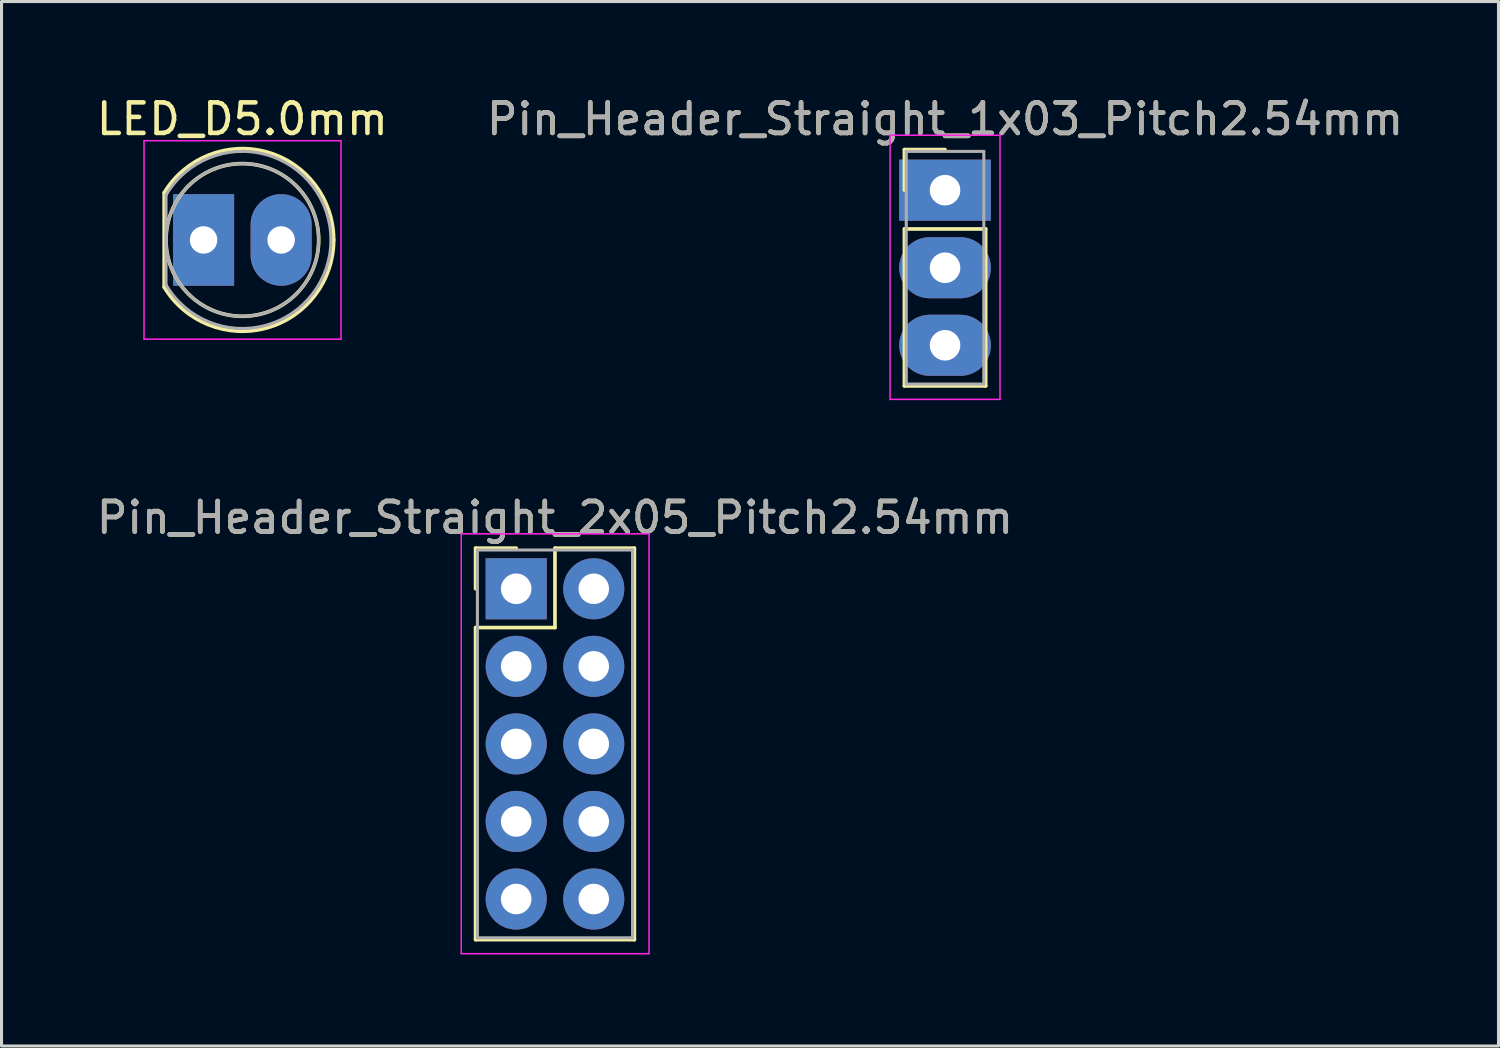
<source format=kicad_pcb>
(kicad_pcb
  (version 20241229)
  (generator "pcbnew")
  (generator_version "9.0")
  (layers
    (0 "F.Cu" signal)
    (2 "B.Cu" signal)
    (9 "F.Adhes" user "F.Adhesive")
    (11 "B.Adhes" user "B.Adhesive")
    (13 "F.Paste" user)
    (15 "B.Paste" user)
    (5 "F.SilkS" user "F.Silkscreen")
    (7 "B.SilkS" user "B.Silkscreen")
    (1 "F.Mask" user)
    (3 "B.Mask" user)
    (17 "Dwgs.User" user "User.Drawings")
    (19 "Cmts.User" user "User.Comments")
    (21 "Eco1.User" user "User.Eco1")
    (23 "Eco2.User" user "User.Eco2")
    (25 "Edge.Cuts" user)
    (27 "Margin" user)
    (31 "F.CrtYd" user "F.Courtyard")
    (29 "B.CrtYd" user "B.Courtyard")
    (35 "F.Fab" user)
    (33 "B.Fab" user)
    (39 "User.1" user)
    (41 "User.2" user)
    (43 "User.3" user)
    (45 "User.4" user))
  (footprint "Pin_Header_Straight_1x03_Pitch2.54mm"
    (layer "F.Cu")
    (at 27.899 3.178)
    (property "Reference" "Pin_Header_Straight_1x03_Pitch2.54mm" (at 0 -2.33 0) (layer "F.SilkS") (effects (font (size 1 1) (thickness 0.15))))
    (attr through_hole)
    (fp_line (start -1.33 -1.33) (end 0 -1.33) (stroke (width 0.12) (type solid)) (layer "F.SilkS"))
    (fp_line (start -1.33 0) (end -1.33 -1.33) (stroke (width 0.12) (type solid)) (layer "F.SilkS"))
    (fp_line (start -1.33 1.27) (end -1.33 6.41) (stroke (width 0.12) (type solid)) (layer "F.SilkS"))
    (fp_line (start -1.33 6.41) (end 1.33 6.41) (stroke (width 0.12) (type solid)) (layer "F.SilkS"))
    (fp_line (start 1.33 1.27) (end -1.33 1.27) (stroke (width 0.12) (type solid)) (layer "F.SilkS"))
    (fp_line (start 1.33 6.41) (end 1.33 1.27) (stroke (width 0.12) (type solid)) (layer "F.SilkS"))
    (fp_line (start -1.8 -1.8) (end -1.8 6.85) (stroke (width 0.05) (type solid)) (layer "F.CrtYd"))
    (fp_line (start -1.8 6.85) (end 1.8 6.85) (stroke (width 0.05) (type solid)) (layer "F.CrtYd"))
    (fp_line (start 1.8 -1.8) (end -1.8 -1.8) (stroke (width 0.05) (type solid)) (layer "F.CrtYd"))
    (fp_line (start 1.8 6.85) (end 1.8 -1.8) (stroke (width 0.05) (type solid)) (layer "F.CrtYd"))
    (fp_line (start -1.27 -1.27) (end -1.27 6.35) (stroke (width 0.1) (type solid)) (layer "F.Fab"))
    (fp_line (start -1.27 6.35) (end 1.27 6.35) (stroke (width 0.1) (type solid)) (layer "F.Fab"))
    (fp_line (start 1.27 -1.27) (end -1.27 -1.27) (stroke (width 0.1) (type solid)) (layer "F.Fab"))
    (fp_line (start 1.27 6.35) (end 1.27 -1.27) (stroke (width 0.1) (type solid)) (layer "F.Fab"))
    (fp_text user "${REFERENCE}" (at 0 -2.33 0) (layer "F.Fab") (effects (font (size 1 1) (thickness 0.15))))
    (pad "1" thru_hole rect (at 0 0) (size 3 2) (drill 1) (layers "*.Cu" "*.Mask"))
    (pad "2" thru_hole oval (at 0 2.54) (size 3 2) (drill 1) (layers "*.Cu" "*.Mask"))
    (pad "3" thru_hole oval (at 0 5.08) (size 3 2) (drill 1) (layers "*.Cu" "*.Mask")))
  (footprint "LED_D5.0mm"
    (layer "F.Cu")
    (at 3.617 4.808)
    (property "Reference" "LED_D5.0mm" (at 1.27 -3.96 0) (layer "F.SilkS") (effects (font (size 1 1) (thickness 0.15))))
    (attr through_hole)
    (fp_line (start -1.29 -1.545) (end -1.29 1.545) (stroke (width 0.12) (type solid)) (layer "F.SilkS"))
    (fp_arc (start -1.29 -1.54483) (mid 2.072002 -2.880433) (end 4.26 0.000462) (stroke (width 0.12) (type solid)) (layer "F.SilkS"))
    (fp_arc (start 4.26 -0.000462) (mid 2.072002 2.880433) (end -1.29 1.54483) (stroke (width 0.12) (type solid)) (layer "F.SilkS"))
    (fp_circle (center 1.27 0) (end 3.77 0) (stroke (width 0.12) (type solid)) (fill no) (layer "F.SilkS"))
    (fp_line (start -1.95 -3.25) (end -1.95 3.25) (stroke (width 0.05) (type solid)) (layer "F.CrtYd"))
    (fp_line (start -1.95 3.25) (end 4.5 3.25) (stroke (width 0.05) (type solid)) (layer "F.CrtYd"))
    (fp_line (start 4.5 -3.25) (end -1.95 -3.25) (stroke (width 0.05) (type solid)) (layer "F.CrtYd"))
    (fp_line (start 4.5 3.25) (end 4.5 -3.25) (stroke (width 0.05) (type solid)) (layer "F.CrtYd"))
    (fp_line (start -1.23 -1.47) (end -1.23 1.47) (stroke (width 0.1) (type solid)) (layer "F.Fab"))
    (fp_arc (start -1.23 -1.469694) (mid 4.17 0.000016) (end -1.230016 1.469666) (stroke (width 0.1) (type solid)) (layer "F.Fab"))
    (fp_circle (center 1.27 0) (end 3.77 0) (stroke (width 0.1) (type solid)) (fill no) (layer "F.Fab"))
    (pad "1" thru_hole rect (at 0 0) (size 2 3) (drill 0.9) (layers "*.Cu" "*.Mask"))
    (pad "2" thru_hole oval (at 2.54 0) (size 2 3) (drill 0.9) (layers "*.Cu" "*.Mask")))
  (footprint "Pin_Header_Straight_2x05_Pitch2.54mm"
    (layer "F.Cu")
    (at 13.855 16.232)
    (property "Reference" "Pin_Header_Straight_2x05_Pitch2.54mm" (at 1.27 -2.33 0) (layer "F.SilkS") (effects (font (size 1 1) (thickness 0.15))))
    (attr through_hole)
    (fp_line (start -1.33 -1.33) (end 0 -1.33) (stroke (width 0.12) (type solid)) (layer "F.SilkS"))
    (fp_line (start -1.33 0) (end -1.33 -1.33) (stroke (width 0.12) (type solid)) (layer "F.SilkS"))
    (fp_line (start -1.33 1.27) (end -1.33 11.49) (stroke (width 0.12) (type solid)) (layer "F.SilkS"))
    (fp_line (start -1.33 11.49) (end 3.87 11.49) (stroke (width 0.12) (type solid)) (layer "F.SilkS"))
    (fp_line (start 1.27 -1.33) (end 1.27 1.27) (stroke (width 0.12) (type solid)) (layer "F.SilkS"))
    (fp_line (start 1.27 1.27) (end -1.33 1.27) (stroke (width 0.12) (type solid)) (layer "F.SilkS"))
    (fp_line (start 3.87 -1.33) (end 1.27 -1.33) (stroke (width 0.12) (type solid)) (layer "F.SilkS"))
    (fp_line (start 3.87 11.49) (end 3.87 -1.33) (stroke (width 0.12) (type solid)) (layer "F.SilkS"))
    (fp_line (start -1.8 -1.8) (end -1.8 11.95) (stroke (width 0.05) (type solid)) (layer "F.CrtYd"))
    (fp_line (start -1.8 11.95) (end 4.35 11.95) (stroke (width 0.05) (type solid)) (layer "F.CrtYd"))
    (fp_line (start 4.35 -1.8) (end -1.8 -1.8) (stroke (width 0.05) (type solid)) (layer "F.CrtYd"))
    (fp_line (start 4.35 11.95) (end 4.35 -1.8) (stroke (width 0.05) (type solid)) (layer "F.CrtYd"))
    (fp_line (start -1.27 -1.27) (end -1.27 11.43) (stroke (width 0.1) (type solid)) (layer "F.Fab"))
    (fp_line (start -1.27 11.43) (end 3.81 11.43) (stroke (width 0.1) (type solid)) (layer "F.Fab"))
    (fp_line (start 3.81 -1.27) (end -1.27 -1.27) (stroke (width 0.1) (type solid)) (layer "F.Fab"))
    (fp_line (start 3.81 11.43) (end 3.81 -1.27) (stroke (width 0.1) (type solid)) (layer "F.Fab"))
    (fp_text user "${REFERENCE}" (at 1.27 -2.33 0) (layer "F.Fab") (effects (font (size 1 1) (thickness 0.15))))
    (pad "1" thru_hole rect (at 0 0) (size 2 2) (drill 1) (layers "*.Cu" "*.Mask"))
    (pad "2" thru_hole oval (at 2.54 0) (size 2 2) (drill 1) (layers "*.Cu" "*.Mask"))
    (pad "3" thru_hole oval (at 0 2.54) (size 2 2) (drill 1) (layers "*.Cu" "*.Mask"))
    (pad "4" thru_hole oval (at 2.54 2.54) (size 2 2) (drill 1) (layers "*.Cu" "*.Mask"))
    (pad "5" thru_hole oval (at 0 5.08) (size 2 2) (drill 1) (layers "*.Cu" "*.Mask"))
    (pad "6" thru_hole oval (at 2.54 5.08) (size 2 2) (drill 1) (layers "*.Cu" "*.Mask"))
    (pad "7" thru_hole oval (at 0 7.62) (size 2 2) (drill 1) (layers "*.Cu" "*.Mask"))
    (pad "8" thru_hole oval (at 2.54 7.62) (size 2 2) (drill 1) (layers "*.Cu" "*.Mask"))
    (pad "9" thru_hole oval (at 0 10.16) (size 2 2) (drill 1) (layers "*.Cu" "*.Mask"))
    (pad "10" thru_hole oval (at 2.54 10.16) (size 2 2) (drill 1) (layers "*.Cu" "*.Mask")))
  (gr_rect
    (start -3 -3)
    (end 46.024 31.206)
    (stroke (width 0.1) (type default))
    (fill no)
    (layer "Edge.Cuts")))
</source>
